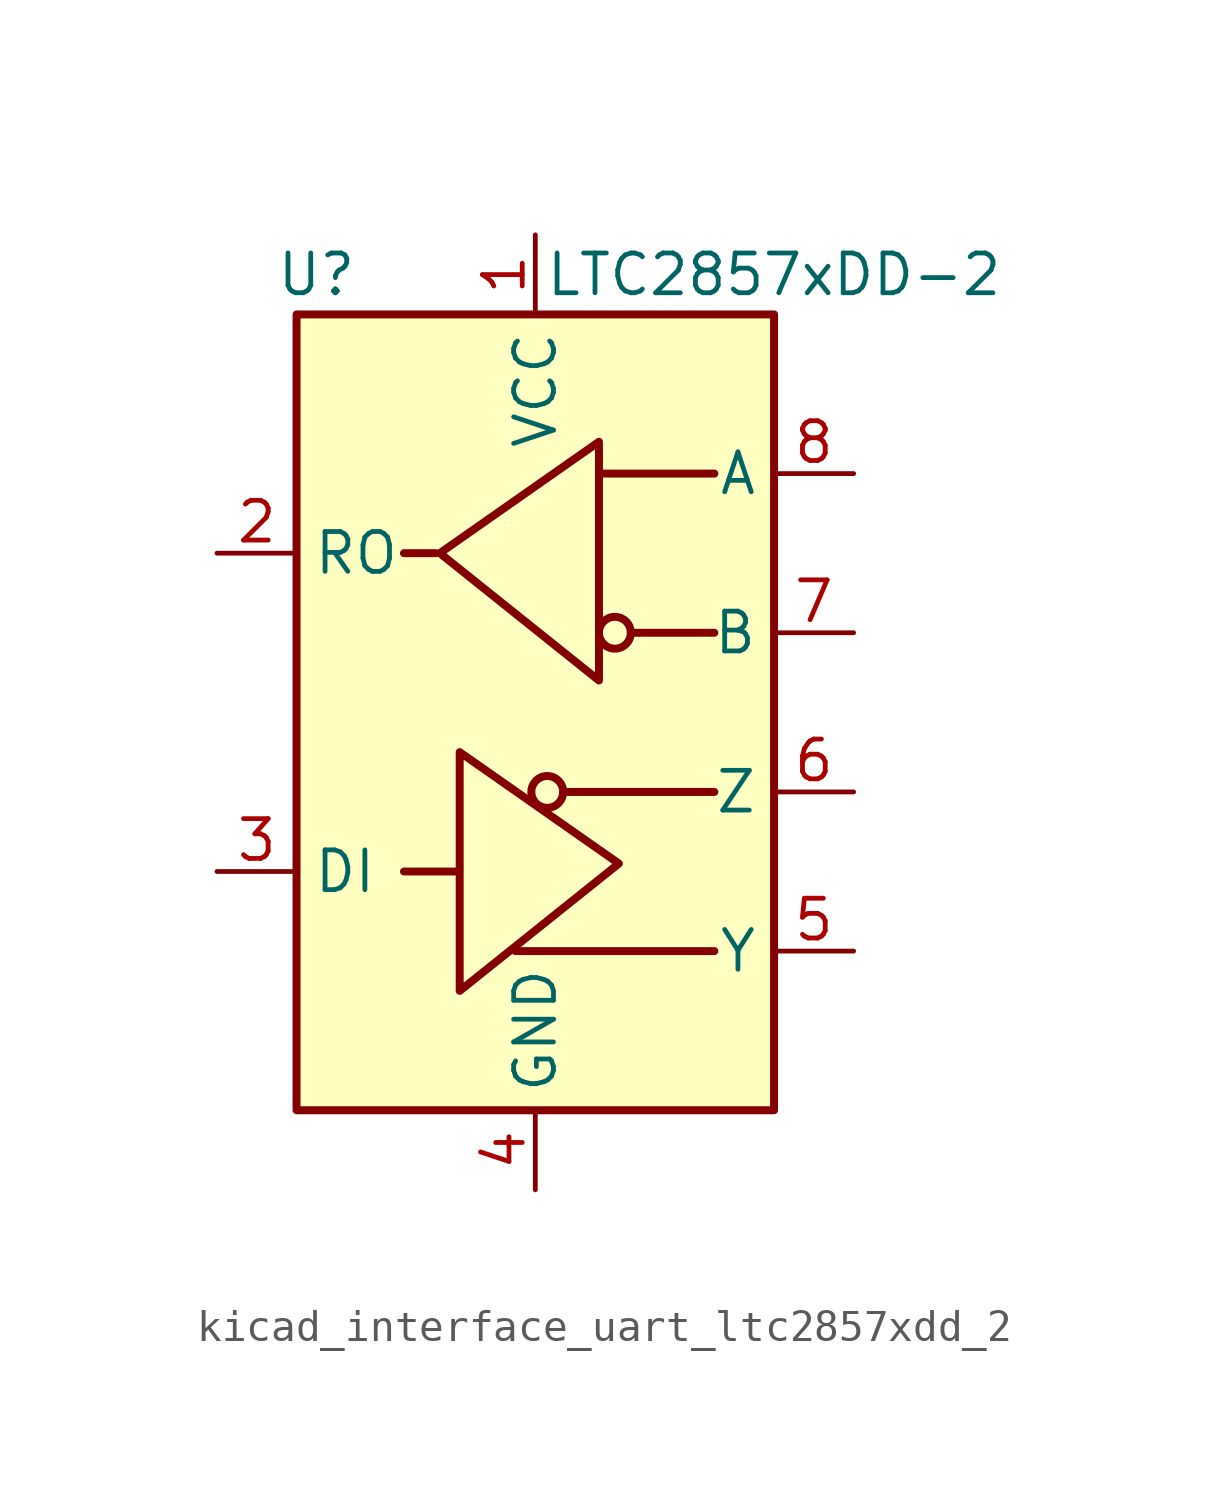
<source format=kicad_sym>
(kicad_symbol_lib
  (version 20220914)
  (generator kicad_symbol_editor)
  (symbol "kicad_interface_uart_ltc2857xdd_2"
    (property "Reference" "U"
      (at -6.985 13.97 0)
      (effects (font (size 1.27 1.27))))
    (property "Value" "LTC2857xDD-2"
      (at 7.62 13.97 0)
      (effects (font (size 1.27 1.27))))
    (symbol "kicad_interface_uart_ltc2857xdd_2_0_1"
      (rectangle (start -7.62 12.7) (end 7.62 -12.7) (stroke (width 0.254) (type default)) (fill (type background))))
    (symbol "kicad_interface_uart_ltc2857xdd_2_1_1"
      (polyline (pts (xy -2.54 -5.08) (xy -4.191 -5.08)) (stroke (width 0.254) (type default)) (fill (type none)))
      (polyline (pts (xy -0.635 -7.62) (xy 5.715 -7.62)) (stroke (width 0.254) (type default)) (fill (type none)))
      (polyline (pts (xy 0.889 -2.54) (xy 5.715 -2.54)) (stroke (width 0.254) (type default)) (fill (type none)))
      (polyline (pts (xy 2.032 7.62) (xy 5.715 7.62)) (stroke (width 0.254) (type default)) (fill (type none)))
      (polyline (pts (xy 3.048 2.54) (xy 5.715 2.54)) (stroke (width 0.254) (type default)) (fill (type none)))
      (polyline (pts (xy -3.175 5.08) (xy -4.191 5.08) (xy -4.064 5.08)) (stroke (width 0.254) (type default)) (fill (type none)))
      (polyline (pts (xy -2.413 -5.08) (xy -2.413 -1.27) (xy 2.667 -4.826) (xy -2.413 -8.89) (xy -2.413 -5.08)) (stroke (width 0.254) (type default)) (fill (type none)))
      (polyline (pts (xy 2.032 4.826) (xy 2.032 8.636) (xy -3.048 5.08) (xy 2.032 1.016) (xy 2.032 4.826)) (stroke (width 0.254) (type default)) (fill (type none)))
      (circle (center 0.381 -2.54) (radius 0.508) (stroke (width 0.254) (type default)) (fill (type none)))
      (circle (center 2.54 2.54) (radius 0.508) (stroke (width 0.254) (type default)) (fill (type none)))
      (pin power_in line (at 0 15.24 270) (length 2.54) (name "VCC" (effects (font (size 1.27 1.27)))) (number "1" (effects (font (size 1.27 1.27)))))
      (pin output line (at -10.16 5.08 0) (length 2.54) (name "RO" (effects (font (size 1.27 1.27)))) (number "2" (effects (font (size 1.27 1.27)))))
      (pin input line (at -10.16 -5.08 0) (length 2.54) (name "DI" (effects (font (size 1.27 1.27)))) (number "3" (effects (font (size 1.27 1.27)))))
      (pin power_in line (at 0 -15.24 90) (length 2.54) (name "GND" (effects (font (size 1.27 1.27)))) (number "4" (effects (font (size 1.27 1.27)))))
      (pin output line (at 10.16 -7.62 180) (length 2.54) (name "Y" (effects (font (size 1.27 1.27)))) (number "5" (effects (font (size 1.27 1.27)))))
      (pin output line (at 10.16 -2.54 180) (length 2.54) (name "Z" (effects (font (size 1.27 1.27)))) (number "6" (effects (font (size 1.27 1.27)))))
      (pin input line (at 10.16 2.54 180) (length 2.54) (name "B" (effects (font (size 1.27 1.27)))) (number "7" (effects (font (size 1.27 1.27)))))
      (pin input line (at 10.16 7.62 180) (length 2.54) (name "A" (effects (font (size 1.27 1.27)))) (number "8" (effects (font (size 1.27 1.27)))))
      (pin passive line (at 0 -15.24 90) (length 2.54) hide (name "GND" (effects (font (size 1.27 1.27)))) (number "9" (effects (font (size 1.27 1.27))))))))
</source>
